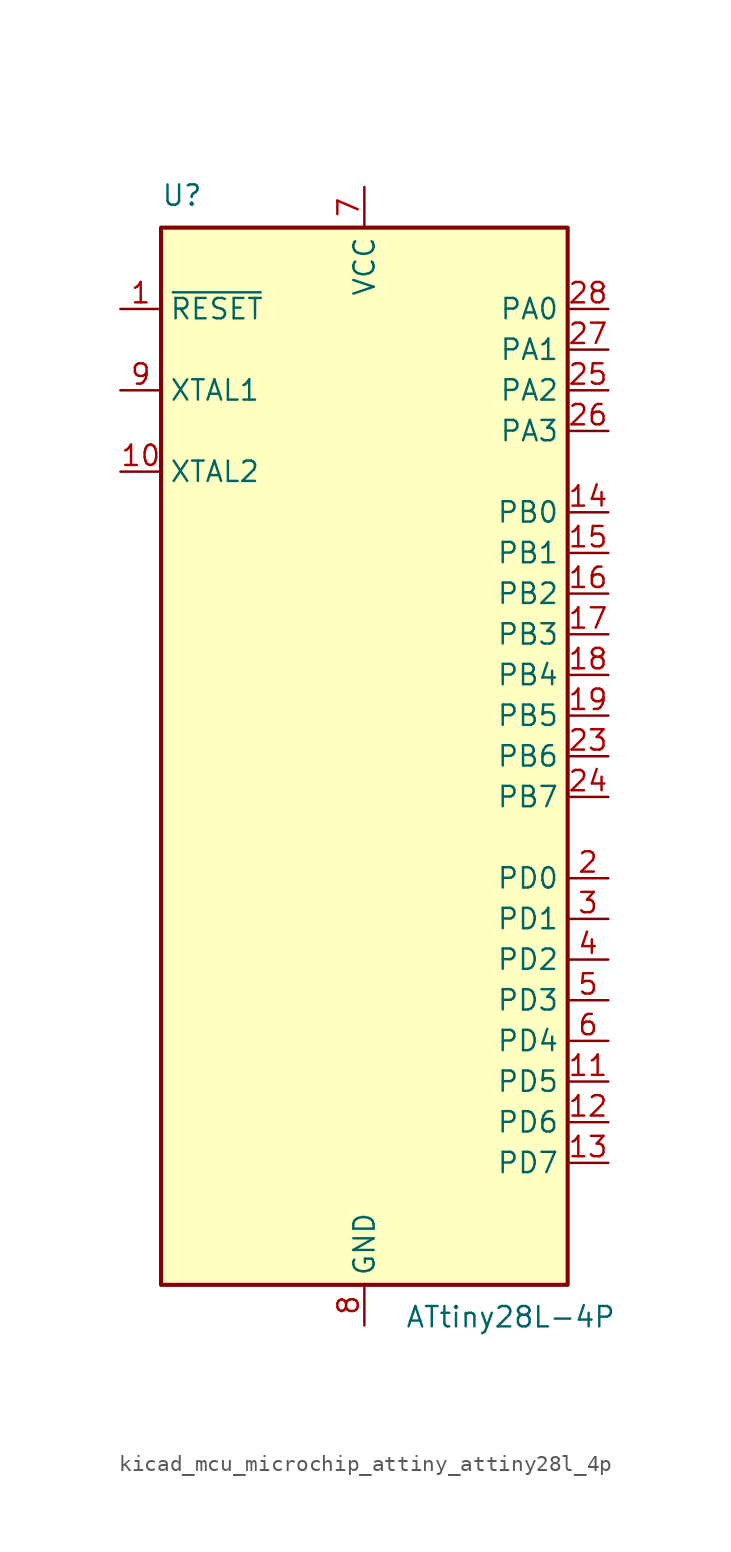
<source format=kicad_sym>
(kicad_symbol_lib
  (version 20220914)
  (generator kicad_symbol_editor)
  (symbol "kicad_mcu_microchip_attiny_attiny28l_4p"
    (property "Reference" "U"
      (at -12.7 34.29 0)
      (effects (font (size 1.27 1.27)) (justify left bottom)))
    (property "Value" "ATtiny28L-4P"
      (at 2.54 -34.29 0)
      (effects (font (size 1.27 1.27)) (justify left top)))
    (symbol "kicad_mcu_microchip_attiny_attiny28l_4p_0_1"
      (rectangle (start -12.7 -33.02) (end 12.7 33.02) (stroke (width 0.254) (type default)) (fill (type background))))
    (symbol "kicad_mcu_microchip_attiny_attiny28l_4p_1_1"
      (pin input line (at -15.24 27.94 0) (length 2.54) (name "~{RESET}" (effects (font (size 1.27 1.27)))) (number "1" (effects (font (size 1.27 1.27)))))
      (pin output line (at -15.24 17.78 0) (length 2.54) (name "XTAL2" (effects (font (size 1.27 1.27)))) (number "10" (effects (font (size 1.27 1.27)))))
      (pin bidirectional line (at 15.24 -20.32 180) (length 2.54) (name "PD5" (effects (font (size 1.27 1.27)))) (number "11" (effects (font (size 1.27 1.27)))))
      (pin bidirectional line (at 15.24 -22.86 180) (length 2.54) (name "PD6" (effects (font (size 1.27 1.27)))) (number "12" (effects (font (size 1.27 1.27)))))
      (pin bidirectional line (at 15.24 -25.4 180) (length 2.54) (name "PD7" (effects (font (size 1.27 1.27)))) (number "13" (effects (font (size 1.27 1.27)))))
      (pin bidirectional line (at 15.24 15.24 180) (length 2.54) (name "PB0" (effects (font (size 1.27 1.27)))) (number "14" (effects (font (size 1.27 1.27)))))
      (pin bidirectional line (at 15.24 12.7 180) (length 2.54) (name "PB1" (effects (font (size 1.27 1.27)))) (number "15" (effects (font (size 1.27 1.27)))))
      (pin bidirectional line (at 15.24 10.16 180) (length 2.54) (name "PB2" (effects (font (size 1.27 1.27)))) (number "16" (effects (font (size 1.27 1.27)))))
      (pin bidirectional line (at 15.24 7.62 180) (length 2.54) (name "PB3" (effects (font (size 1.27 1.27)))) (number "17" (effects (font (size 1.27 1.27)))))
      (pin bidirectional line (at 15.24 5.08 180) (length 2.54) (name "PB4" (effects (font (size 1.27 1.27)))) (number "18" (effects (font (size 1.27 1.27)))))
      (pin bidirectional line (at 15.24 2.54 180) (length 2.54) (name "PB5" (effects (font (size 1.27 1.27)))) (number "19" (effects (font (size 1.27 1.27)))))
      (pin bidirectional line (at 15.24 -7.62 180) (length 2.54) (name "PD0" (effects (font (size 1.27 1.27)))) (number "2" (effects (font (size 1.27 1.27)))))
      (pin passive line (at 0 35.56 270) (length 2.54) hide (name "VCC" (effects (font (size 1.27 1.27)))) (number "20" (effects (font (size 1.27 1.27)))))
      (pin no_connect line (at -12.7 -30.48 0) (length 2.54) hide (name "NC" (effects (font (size 1.27 1.27)))) (number "21" (effects (font (size 1.27 1.27)))))
      (pin passive line (at 0 -35.56 90) (length 2.54) hide (name "GND" (effects (font (size 1.27 1.27)))) (number "22" (effects (font (size 1.27 1.27)))))
      (pin bidirectional line (at 15.24 0 180) (length 2.54) (name "PB6" (effects (font (size 1.27 1.27)))) (number "23" (effects (font (size 1.27 1.27)))))
      (pin bidirectional line (at 15.24 -2.54 180) (length 2.54) (name "PB7" (effects (font (size 1.27 1.27)))) (number "24" (effects (font (size 1.27 1.27)))))
      (pin bidirectional line (at 15.24 22.86 180) (length 2.54) (name "PA2" (effects (font (size 1.27 1.27)))) (number "25" (effects (font (size 1.27 1.27)))))
      (pin bidirectional line (at 15.24 20.32 180) (length 2.54) (name "PA3" (effects (font (size 1.27 1.27)))) (number "26" (effects (font (size 1.27 1.27)))))
      (pin bidirectional line (at 15.24 25.4 180) (length 2.54) (name "PA1" (effects (font (size 1.27 1.27)))) (number "27" (effects (font (size 1.27 1.27)))))
      (pin bidirectional line (at 15.24 27.94 180) (length 2.54) (name "PA0" (effects (font (size 1.27 1.27)))) (number "28" (effects (font (size 1.27 1.27)))))
      (pin bidirectional line (at 15.24 -10.16 180) (length 2.54) (name "PD1" (effects (font (size 1.27 1.27)))) (number "3" (effects (font (size 1.27 1.27)))))
      (pin bidirectional line (at 15.24 -12.7 180) (length 2.54) (name "PD2" (effects (font (size 1.27 1.27)))) (number "4" (effects (font (size 1.27 1.27)))))
      (pin bidirectional line (at 15.24 -15.24 180) (length 2.54) (name "PD3" (effects (font (size 1.27 1.27)))) (number "5" (effects (font (size 1.27 1.27)))))
      (pin bidirectional line (at 15.24 -17.78 180) (length 2.54) (name "PD4" (effects (font (size 1.27 1.27)))) (number "6" (effects (font (size 1.27 1.27)))))
      (pin power_in line (at 0 35.56 270) (length 2.54) (name "VCC" (effects (font (size 1.27 1.27)))) (number "7" (effects (font (size 1.27 1.27)))))
      (pin power_in line (at 0 -35.56 90) (length 2.54) (name "GND" (effects (font (size 1.27 1.27)))) (number "8" (effects (font (size 1.27 1.27)))))
      (pin input line (at -15.24 22.86 0) (length 2.54) (name "XTAL1" (effects (font (size 1.27 1.27)))) (number "9" (effects (font (size 1.27 1.27))))))))
</source>
